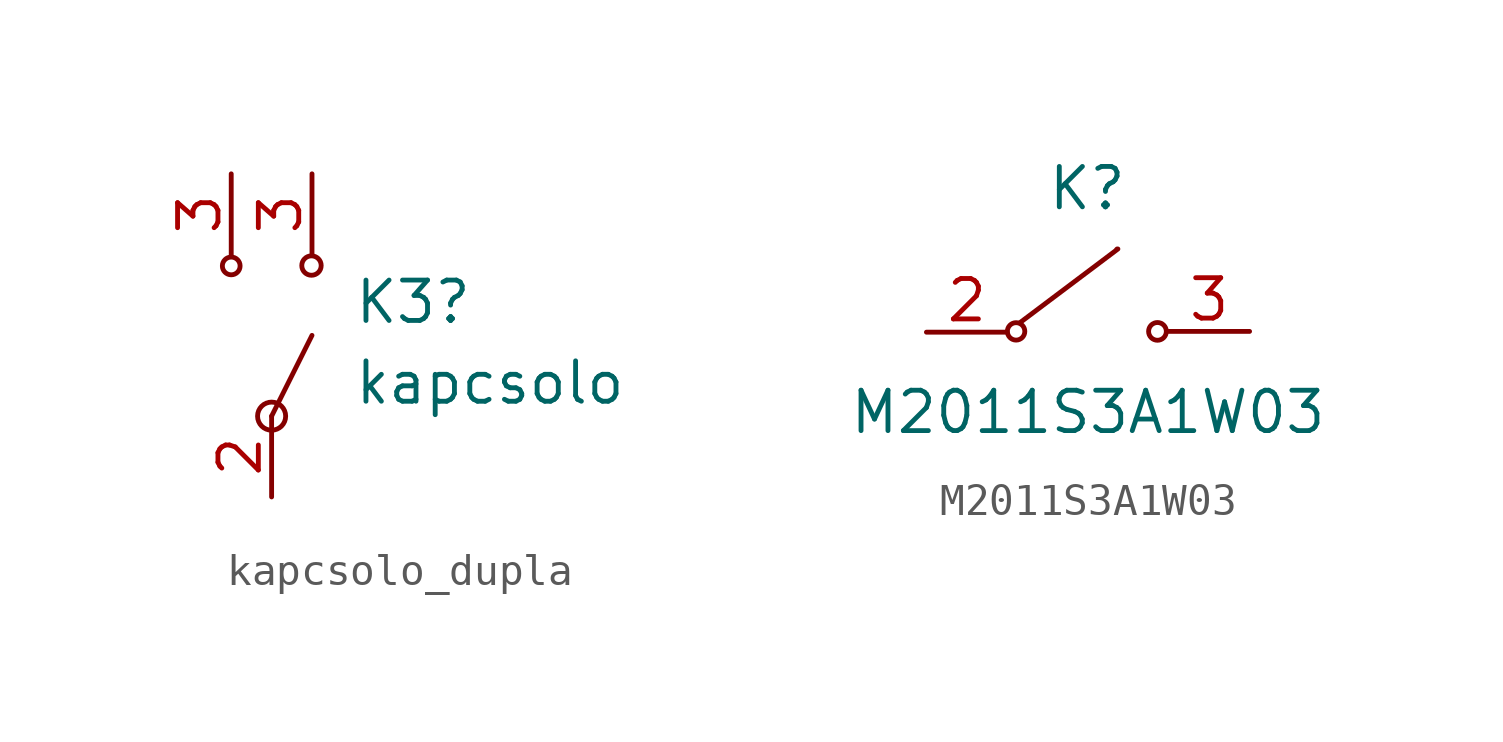
<source format=kicad_sym>
(kicad_symbol_lib
  (version 20231120)
  (generator "kicad_symbol_editor")
  (generator_version "8.0")
  (symbol "kapcsolo_dupla"
    (pin_names hide)
    (property "Reference" "K3"
      (at 0.025 -2.761 0)
      (effects (font (size 1.27 1.27)) (justify left)))
    (property "Value" "kapcsolo"
      (at 0.025 -5.301 0)
      (effects (font (size 1.27 1.27)) (justify left)))
    (symbol "kapcsolo_dupla_0_1"
      (circle (center -3.81 -1.626) (radius 0.279) (stroke (width 0) (type default)) (fill (type none)))
      (circle (center -2.54 -6.35) (radius 0.442) (stroke (width 0) (type default)) (fill (type none)))
      (polyline (pts (xy -2.54 -6.35) (xy -1.27 -3.81) (xy -1.27 -3.81) (xy -1.27 -3.81)) (stroke (width 0) (type default)) (fill (type none))))
    (symbol "kapcsolo_dupla_1_1"
      (circle (center -1.286 -1.614) (radius 0.305) (stroke (width 0) (type default)) (fill (type none)))
      (pin passive line (at -2.54 -8.89 90) (length 2.54) (name "A" (effects (font (size 1.27 1.27)))) (number "2" (effects (font (size 1.27 1.27)))))
      (pin passive line (at -3.81 1.27 270) (length 2.54) (name "B" (effects (font (size 1.27 1.27)))) (number "3" (effects (font (size 1.27 1.27)))))
      (pin passive line (at -1.27 1.27 270) (length 2.54) (name "B" (effects (font (size 1.27 1.27)))) (number "3" (effects (font (size 1.27 1.27)))))))
  (symbol "M2011S3A1W03"
    (pin_names hide)
    (property "Reference" "K"
      (at -0.025 4.496 0)
      (effects (font (size 1.27 1.27))))
    (property "Value" "M2011S3A1W03"
      (at 0 -2.54 0)
      (effects (font (size 1.27 1.27))))
    (symbol "M2011S3A1W03_0_1"
      (circle (center -2.261 0) (radius 0.274) (stroke (width 0) (type default)) (fill (type none)))
      (polyline (pts (xy -2.134 0.279) (xy 0.94 2.591) (xy 0.914 2.591) (xy 0.889 2.565)) (stroke (width 0) (type default)) (fill (type none)))
      (circle (center 2.184 0) (radius 0.279) (stroke (width 0) (type default)) (fill (type none))))
    (symbol "M2011S3A1W03_1_1"
      (pin passive line (at -5.08 -0.025 0) (length 2.54) (name "A" (effects (font (size 1.27 1.27)))) (number "2" (effects (font (size 1.27 1.27)))))
      (pin passive line (at 5.08 0 180) (length 2.54) (name "B" (effects (font (size 1.27 1.27)))) (number "3" (effects (font (size 1.27 1.27))))))))
</source>
